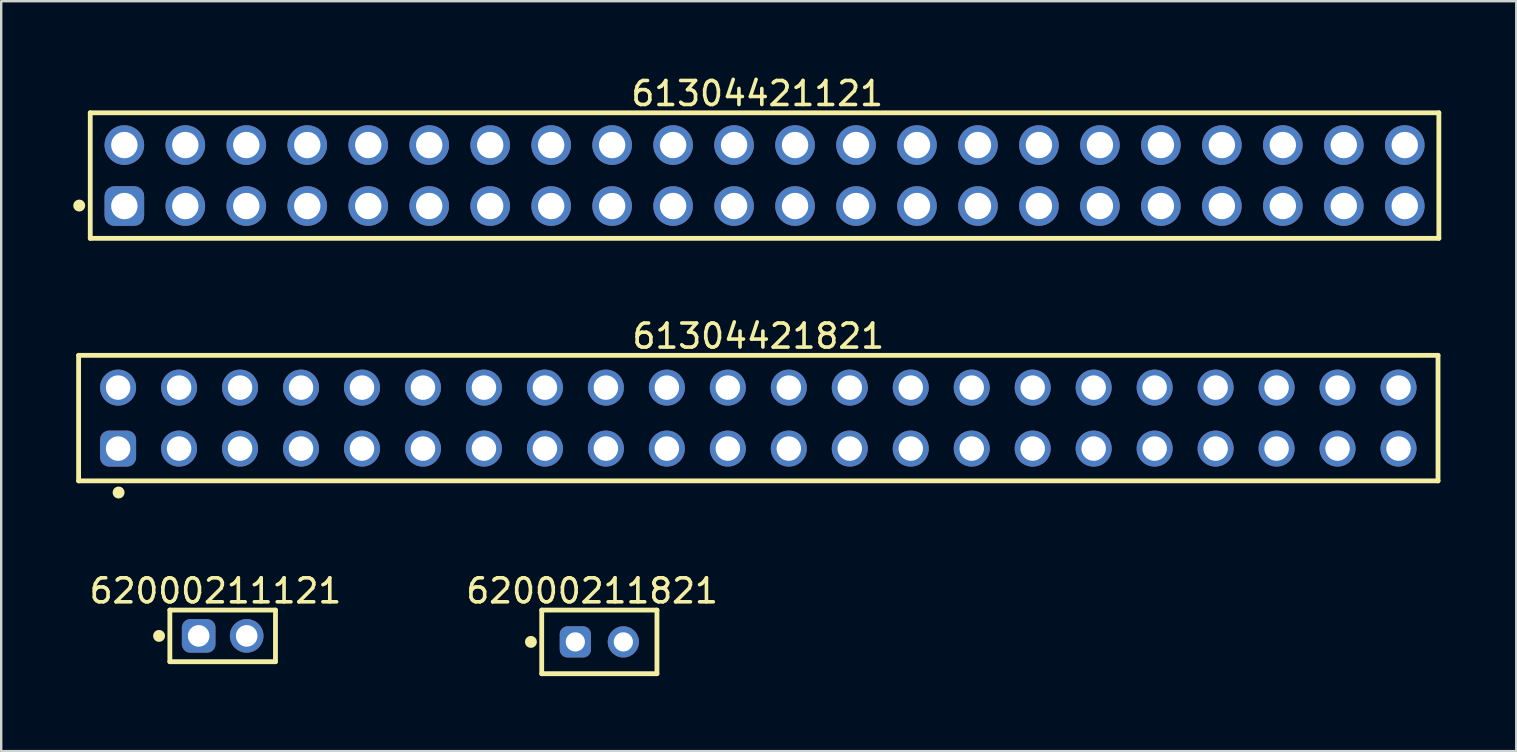
<source format=kicad_pcb>
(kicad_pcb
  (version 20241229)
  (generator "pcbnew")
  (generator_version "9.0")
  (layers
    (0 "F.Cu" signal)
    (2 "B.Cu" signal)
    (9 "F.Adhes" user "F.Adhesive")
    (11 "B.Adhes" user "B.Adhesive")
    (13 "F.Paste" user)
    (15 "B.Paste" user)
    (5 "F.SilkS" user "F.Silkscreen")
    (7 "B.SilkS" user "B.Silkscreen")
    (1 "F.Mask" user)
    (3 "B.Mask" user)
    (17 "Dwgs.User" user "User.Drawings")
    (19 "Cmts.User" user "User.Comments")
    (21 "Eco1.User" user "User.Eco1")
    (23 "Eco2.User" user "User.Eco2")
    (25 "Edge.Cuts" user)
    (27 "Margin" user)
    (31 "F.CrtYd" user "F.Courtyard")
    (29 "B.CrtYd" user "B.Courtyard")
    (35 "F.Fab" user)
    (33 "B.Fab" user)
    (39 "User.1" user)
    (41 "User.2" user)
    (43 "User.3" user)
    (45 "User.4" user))
  (footprint "62000211821"
    (layer "F.Cu")
    (at 21.917 23.69)
    (property "Reference" "62000211821" (at -0.3 -2.125 0) (layer "F.SilkS") (effects (font (size 1 1) (thickness 0.15))))
    (fp_line (start -2.4 -1.325) (end 2.4 -1.325) (stroke (width 0.2) (type solid)) (layer "F.SilkS"))
    (fp_line (start -2.4 1.325) (end -2.4 -1.325) (stroke (width 0.2) (type solid)) (layer "F.SilkS"))
    (fp_line (start -2.4 1.325) (end 2.4 1.325) (stroke (width 0.2) (type solid)) (layer "F.SilkS"))
    (fp_line (start 2.4 1.325) (end 2.4 -1.325) (stroke (width 0.2) (type solid)) (layer "F.SilkS"))
    (fp_circle (center -2.85 0) (end -2.85 -0.125) (stroke (width 0.25) (type solid)) (fill no) (layer "F.SilkS"))
    (fp_line (start -2.6 -1.525) (end 2.6 -1.525) (stroke (width 0.05) (type solid)) (layer "Eco2.User"))
    (fp_line (start -2.6 1.525) (end -2.6 -1.525) (stroke (width 0.05) (type solid)) (layer "Eco2.User"))
    (fp_line (start -2.6 1.525) (end 2.6 1.525) (stroke (width 0.05) (type solid)) (layer "Eco2.User"))
    (fp_line (start -2.25 -1.25) (end 2.25 -1.25) (stroke (width 0.1) (type solid)) (layer "Eco2.User"))
    (fp_line (start -2.25 1.25) (end -2.25 -1.25) (stroke (width 0.1) (type solid)) (layer "Eco2.User"))
    (fp_line (start -2.25 1.25) (end 2.25 1.25) (stroke (width 0.1) (type solid)) (layer "Eco2.User"))
    (fp_line (start -0.5 0) (end 0.5 0) (stroke (width 0.05) (type solid)) (layer "Eco2.User"))
    (fp_line (start 0 0.5) (end 0 -0.5) (stroke (width 0.05) (type solid)) (layer "Eco2.User"))
    (fp_line (start 2.25 1.25) (end 2.25 -1.25) (stroke (width 0.1) (type solid)) (layer "Eco2.User"))
    (fp_line (start 2.6 1.525) (end 2.6 -1.525) (stroke (width 0.05) (type solid)) (layer "Eco2.User"))
    (fp_text user "${REFERENCE}" (at 0.12 -0.158 0) (unlocked yes) (layer "User.3") (effects (font (size 1.2 1.2) (thickness 0.12))))
    (pad "1" thru_hole roundrect (at -1 0) (size 1.3 1.3) (drill 0.8) (layers "*.Cu" "*.Mask") (roundrect_rratio 0.25))
    (pad "2" thru_hole circle (at 1 0) (size 1.3 1.3) (drill 0.8) (layers "*.Cu" "*.Mask")))
  (footprint "61304421121"
    (layer "F.Cu")
    (at 28.8 4.263)
    (property "Reference" "61304421121" (at -0.305 -3.415 0) (layer "F.SilkS") (effects (font (size 1 1) (thickness 0.15))))
    (fp_line (start -28.09 -2.615) (end 28.09 -2.615) (stroke (width 0.2) (type solid)) (layer "F.SilkS"))
    (fp_line (start -28.09 2.615) (end -28.09 -2.615) (stroke (width 0.2) (type solid)) (layer "F.SilkS"))
    (fp_line (start -28.09 2.615) (end 28.09 2.615) (stroke (width 0.2) (type solid)) (layer "F.SilkS"))
    (fp_line (start 28.09 2.615) (end 28.09 -2.615) (stroke (width 0.2) (type solid)) (layer "F.SilkS"))
    (fp_circle (center -28.55 1.25) (end -28.55 1.125) (stroke (width 0.25) (type solid)) (fill no) (layer "F.SilkS"))
    (fp_line (start -28.29 -2.815) (end 28.29 -2.815) (stroke (width 0.05) (type solid)) (layer "Eco2.User"))
    (fp_line (start -28.29 2.815) (end -28.29 -2.815) (stroke (width 0.05) (type solid)) (layer "Eco2.User"))
    (fp_line (start -28.29 2.815) (end 28.29 2.815) (stroke (width 0.05) (type solid)) (layer "Eco2.User"))
    (fp_line (start -27.94 -2.54) (end 27.94 -2.54) (stroke (width 0.1) (type solid)) (layer "Eco2.User"))
    (fp_line (start -27.94 2.54) (end -27.94 -2.54) (stroke (width 0.1) (type solid)) (layer "Eco2.User"))
    (fp_line (start -27.94 2.54) (end 27.94 2.54) (stroke (width 0.1) (type solid)) (layer "Eco2.User"))
    (fp_line (start -0.5 0) (end 0.5 0) (stroke (width 0.05) (type solid)) (layer "Eco2.User"))
    (fp_line (start 0 0.5) (end 0 -0.5) (stroke (width 0.05) (type solid)) (layer "Eco2.User"))
    (fp_line (start 27.94 2.54) (end 27.94 -2.54) (stroke (width 0.1) (type solid)) (layer "Eco2.User"))
    (fp_line (start 28.29 2.815) (end 28.29 -2.815) (stroke (width 0.05) (type solid)) (layer "Eco2.User"))
    (fp_text user "${REFERENCE}" (at 0.15 -0.197 0) (unlocked yes) (layer "User.3") (effects (font (size 1.5 1.5) (thickness 0.15))))
    (pad "1" thru_hole roundrect (at -26.67 1.27) (size 1.65 1.65) (drill 1.1) (layers "*.Cu" "*.Mask") (roundrect_rratio 0.25))
    (pad "2" thru_hole circle (at -26.67 -1.27) (size 1.65 1.65) (drill 1.1) (layers "*.Cu" "*.Mask"))
    (pad "3" thru_hole circle (at -24.13 1.27) (size 1.65 1.65) (drill 1.1) (layers "*.Cu" "*.Mask"))
    (pad "4" thru_hole circle (at -24.13 -1.27) (size 1.65 1.65) (drill 1.1) (layers "*.Cu" "*.Mask"))
    (pad "5" thru_hole circle (at -21.59 1.27) (size 1.65 1.65) (drill 1.1) (layers "*.Cu" "*.Mask"))
    (pad "6" thru_hole circle (at -21.59 -1.27) (size 1.65 1.65) (drill 1.1) (layers "*.Cu" "*.Mask"))
    (pad "7" thru_hole circle (at -19.05 1.27) (size 1.65 1.65) (drill 1.1) (layers "*.Cu" "*.Mask"))
    (pad "8" thru_hole circle (at -19.05 -1.27) (size 1.65 1.65) (drill 1.1) (layers "*.Cu" "*.Mask"))
    (pad "9" thru_hole circle (at -16.51 1.27) (size 1.65 1.65) (drill 1.1) (layers "*.Cu" "*.Mask"))
    (pad "10" thru_hole circle (at -16.51 -1.27) (size 1.65 1.65) (drill 1.1) (layers "*.Cu" "*.Mask"))
    (pad "11" thru_hole circle (at -13.97 1.27) (size 1.65 1.65) (drill 1.1) (layers "*.Cu" "*.Mask"))
    (pad "12" thru_hole circle (at -13.97 -1.27) (size 1.65 1.65) (drill 1.1) (layers "*.Cu" "*.Mask"))
    (pad "13" thru_hole circle (at -11.43 1.27) (size 1.65 1.65) (drill 1.1) (layers "*.Cu" "*.Mask"))
    (pad "14" thru_hole circle (at -11.43 -1.27) (size 1.65 1.65) (drill 1.1) (layers "*.Cu" "*.Mask"))
    (pad "15" thru_hole circle (at -8.89 1.27) (size 1.65 1.65) (drill 1.1) (layers "*.Cu" "*.Mask"))
    (pad "16" thru_hole circle (at -8.89 -1.27) (size 1.65 1.65) (drill 1.1) (layers "*.Cu" "*.Mask"))
    (pad "17" thru_hole circle (at -6.35 1.27) (size 1.65 1.65) (drill 1.1) (layers "*.Cu" "*.Mask"))
    (pad "18" thru_hole circle (at -6.35 -1.27) (size 1.65 1.65) (drill 1.1) (layers "*.Cu" "*.Mask"))
    (pad "19" thru_hole circle (at -3.81 1.27) (size 1.65 1.65) (drill 1.1) (layers "*.Cu" "*.Mask"))
    (pad "20" thru_hole circle (at -3.81 -1.27) (size 1.65 1.65) (drill 1.1) (layers "*.Cu" "*.Mask"))
    (pad "21" thru_hole circle (at -1.27 1.27) (size 1.65 1.65) (drill 1.1) (layers "*.Cu" "*.Mask"))
    (pad "22" thru_hole circle (at -1.27 -1.27) (size 1.65 1.65) (drill 1.1) (layers "*.Cu" "*.Mask"))
    (pad "23" thru_hole circle (at 1.27 1.27) (size 1.65 1.65) (drill 1.1) (layers "*.Cu" "*.Mask"))
    (pad "24" thru_hole circle (at 1.27 -1.27) (size 1.65 1.65) (drill 1.1) (layers "*.Cu" "*.Mask"))
    (pad "25" thru_hole circle (at 3.81 1.27) (size 1.65 1.65) (drill 1.1) (layers "*.Cu" "*.Mask"))
    (pad "26" thru_hole circle (at 3.81 -1.27) (size 1.65 1.65) (drill 1.1) (layers "*.Cu" "*.Mask"))
    (pad "27" thru_hole circle (at 6.35 1.27) (size 1.65 1.65) (drill 1.1) (layers "*.Cu" "*.Mask"))
    (pad "28" thru_hole circle (at 6.35 -1.27) (size 1.65 1.65) (drill 1.1) (layers "*.Cu" "*.Mask"))
    (pad "29" thru_hole circle (at 8.89 1.27) (size 1.65 1.65) (drill 1.1) (layers "*.Cu" "*.Mask"))
    (pad "30" thru_hole circle (at 8.89 -1.27) (size 1.65 1.65) (drill 1.1) (layers "*.Cu" "*.Mask"))
    (pad "31" thru_hole circle (at 11.43 1.27) (size 1.65 1.65) (drill 1.1) (layers "*.Cu" "*.Mask"))
    (pad "32" thru_hole circle (at 11.43 -1.27) (size 1.65 1.65) (drill 1.1) (layers "*.Cu" "*.Mask"))
    (pad "33" thru_hole circle (at 13.97 1.27) (size 1.65 1.65) (drill 1.1) (layers "*.Cu" "*.Mask"))
    (pad "34" thru_hole circle (at 13.97 -1.27) (size 1.65 1.65) (drill 1.1) (layers "*.Cu" "*.Mask"))
    (pad "35" thru_hole circle (at 16.51 1.27) (size 1.65 1.65) (drill 1.1) (layers "*.Cu" "*.Mask"))
    (pad "36" thru_hole circle (at 16.51 -1.27) (size 1.65 1.65) (drill 1.1) (layers "*.Cu" "*.Mask"))
    (pad "37" thru_hole circle (at 19.05 1.27) (size 1.65 1.65) (drill 1.1) (layers "*.Cu" "*.Mask"))
    (pad "38" thru_hole circle (at 19.05 -1.27) (size 1.65 1.65) (drill 1.1) (layers "*.Cu" "*.Mask"))
    (pad "39" thru_hole circle (at 21.59 1.27) (size 1.65 1.65) (drill 1.1) (layers "*.Cu" "*.Mask"))
    (pad "40" thru_hole circle (at 21.59 -1.27) (size 1.65 1.65) (drill 1.1) (layers "*.Cu" "*.Mask"))
    (pad "41" thru_hole circle (at 24.13 1.27) (size 1.65 1.65) (drill 1.1) (layers "*.Cu" "*.Mask"))
    (pad "42" thru_hole circle (at 24.13 -1.27) (size 1.65 1.65) (drill 1.1) (layers "*.Cu" "*.Mask"))
    (pad "43" thru_hole circle (at 26.67 1.27) (size 1.65 1.65) (drill 1.1) (layers "*.Cu" "*.Mask"))
    (pad "44" thru_hole circle (at 26.67 -1.27) (size 1.65 1.65) (drill 1.1) (layers "*.Cu" "*.Mask")))
  (footprint "61304421821"
    (layer "F.Cu")
    (at 28.54 14.367)
    (property "Reference" "61304421821" (at 0 -3.415 0) (layer "F.SilkS") (effects (font (size 1 1) (thickness 0.15))))
    (fp_line (start -28.315 -2.615) (end 28.315 -2.615) (stroke (width 0.2) (type solid)) (layer "F.SilkS"))
    (fp_line (start -28.315 2.615) (end -28.315 -2.615) (stroke (width 0.2) (type solid)) (layer "F.SilkS"))
    (fp_line (start -28.315 2.615) (end 28.315 2.615) (stroke (width 0.2) (type solid)) (layer "F.SilkS"))
    (fp_line (start 28.315 2.615) (end 28.315 -2.615) (stroke (width 0.2) (type solid)) (layer "F.SilkS"))
    (fp_circle (center -26.65 3.1) (end -26.65 2.975) (stroke (width 0.25) (type solid)) (fill no) (layer "F.SilkS"))
    (fp_line (start -28.515 -2.815) (end 28.515 -2.815) (stroke (width 0.05) (type solid)) (layer "Eco2.User"))
    (fp_line (start -28.515 2.815) (end -28.515 -2.815) (stroke (width 0.05) (type solid)) (layer "Eco2.User"))
    (fp_line (start -28.515 2.815) (end 28.515 2.815) (stroke (width 0.05) (type solid)) (layer "Eco2.User"))
    (fp_line (start -28.19 -2.54) (end 28.19 -2.54) (stroke (width 0.1) (type solid)) (layer "Eco2.User"))
    (fp_line (start -28.19 2.54) (end -28.19 -2.54) (stroke (width 0.1) (type solid)) (layer "Eco2.User"))
    (fp_line (start -28.19 2.54) (end 28.19 2.54) (stroke (width 0.1) (type solid)) (layer "Eco2.User"))
    (fp_line (start -0.5 0) (end 0.5 0) (stroke (width 0.05) (type solid)) (layer "Eco2.User"))
    (fp_line (start 0 0.5) (end 0 -0.5) (stroke (width 0.05) (type solid)) (layer "Eco2.User"))
    (fp_line (start 28.19 2.54) (end 28.19 -2.54) (stroke (width 0.1) (type solid)) (layer "Eco2.User"))
    (fp_line (start 28.515 2.815) (end 28.515 -2.815) (stroke (width 0.05) (type solid)) (layer "Eco2.User"))
    (fp_text user "${REFERENCE}" (at 0.15 -0.197 0) (unlocked yes) (layer "User.3") (effects (font (size 1.5 1.5) (thickness 0.15))))
    (pad "1" thru_hole roundrect (at -26.67 1.27) (size 1.5 1.5) (drill 1.02) (layers "*.Cu" "*.Mask") (roundrect_rratio 0.25))
    (pad "2" thru_hole circle (at -26.67 -1.27) (size 1.5 1.5) (drill 1.02) (layers "*.Cu" "*.Mask"))
    (pad "3" thru_hole circle (at -24.13 1.27) (size 1.5 1.5) (drill 1.02) (layers "*.Cu" "*.Mask"))
    (pad "4" thru_hole circle (at -24.13 -1.27) (size 1.5 1.5) (drill 1.02) (layers "*.Cu" "*.Mask"))
    (pad "5" thru_hole circle (at -21.59 1.27) (size 1.5 1.5) (drill 1.02) (layers "*.Cu" "*.Mask"))
    (pad "6" thru_hole circle (at -21.59 -1.27) (size 1.5 1.5) (drill 1.02) (layers "*.Cu" "*.Mask"))
    (pad "7" thru_hole circle (at -19.05 1.27) (size 1.5 1.5) (drill 1.02) (layers "*.Cu" "*.Mask"))
    (pad "8" thru_hole circle (at -19.05 -1.27) (size 1.5 1.5) (drill 1.02) (layers "*.Cu" "*.Mask"))
    (pad "9" thru_hole circle (at -16.51 1.27) (size 1.5 1.5) (drill 1.02) (layers "*.Cu" "*.Mask"))
    (pad "10" thru_hole circle (at -16.51 -1.27) (size 1.5 1.5) (drill 1.02) (layers "*.Cu" "*.Mask"))
    (pad "11" thru_hole circle (at -13.97 1.27) (size 1.5 1.5) (drill 1.02) (layers "*.Cu" "*.Mask"))
    (pad "12" thru_hole circle (at -13.97 -1.27) (size 1.5 1.5) (drill 1.02) (layers "*.Cu" "*.Mask"))
    (pad "13" thru_hole circle (at -11.43 1.27) (size 1.5 1.5) (drill 1.02) (layers "*.Cu" "*.Mask"))
    (pad "14" thru_hole circle (at -11.43 -1.27) (size 1.5 1.5) (drill 1.02) (layers "*.Cu" "*.Mask"))
    (pad "15" thru_hole circle (at -8.89 1.27) (size 1.5 1.5) (drill 1.02) (layers "*.Cu" "*.Mask"))
    (pad "16" thru_hole circle (at -8.89 -1.27) (size 1.5 1.5) (drill 1.02) (layers "*.Cu" "*.Mask"))
    (pad "17" thru_hole circle (at -6.35 1.27) (size 1.5 1.5) (drill 1.02) (layers "*.Cu" "*.Mask"))
    (pad "18" thru_hole circle (at -6.35 -1.27) (size 1.5 1.5) (drill 1.02) (layers "*.Cu" "*.Mask"))
    (pad "19" thru_hole circle (at -3.81 1.27) (size 1.5 1.5) (drill 1.02) (layers "*.Cu" "*.Mask"))
    (pad "20" thru_hole circle (at -3.81 -1.27) (size 1.5 1.5) (drill 1.02) (layers "*.Cu" "*.Mask"))
    (pad "21" thru_hole circle (at -1.27 1.27) (size 1.5 1.5) (drill 1.02) (layers "*.Cu" "*.Mask"))
    (pad "22" thru_hole circle (at -1.27 -1.27) (size 1.5 1.5) (drill 1.02) (layers "*.Cu" "*.Mask"))
    (pad "23" thru_hole circle (at 1.27 1.27) (size 1.5 1.5) (drill 1.02) (layers "*.Cu" "*.Mask"))
    (pad "24" thru_hole circle (at 1.27 -1.27) (size 1.5 1.5) (drill 1.02) (layers "*.Cu" "*.Mask"))
    (pad "25" thru_hole circle (at 3.81 1.27) (size 1.5 1.5) (drill 1.02) (layers "*.Cu" "*.Mask"))
    (pad "26" thru_hole circle (at 3.81 -1.27) (size 1.5 1.5) (drill 1.02) (layers "*.Cu" "*.Mask"))
    (pad "27" thru_hole circle (at 6.35 1.27) (size 1.5 1.5) (drill 1.02) (layers "*.Cu" "*.Mask"))
    (pad "28" thru_hole circle (at 6.35 -1.27) (size 1.5 1.5) (drill 1.02) (layers "*.Cu" "*.Mask"))
    (pad "29" thru_hole circle (at 8.89 1.27) (size 1.5 1.5) (drill 1.02) (layers "*.Cu" "*.Mask"))
    (pad "30" thru_hole circle (at 8.89 -1.27) (size 1.5 1.5) (drill 1.02) (layers "*.Cu" "*.Mask"))
    (pad "31" thru_hole circle (at 11.43 1.27) (size 1.5 1.5) (drill 1.02) (layers "*.Cu" "*.Mask"))
    (pad "32" thru_hole circle (at 11.43 -1.27) (size 1.5 1.5) (drill 1.02) (layers "*.Cu" "*.Mask"))
    (pad "33" thru_hole circle (at 13.97 1.27) (size 1.5 1.5) (drill 1.02) (layers "*.Cu" "*.Mask"))
    (pad "34" thru_hole circle (at 13.97 -1.27) (size 1.5 1.5) (drill 1.02) (layers "*.Cu" "*.Mask"))
    (pad "35" thru_hole circle (at 16.51 1.27) (size 1.5 1.5) (drill 1.02) (layers "*.Cu" "*.Mask"))
    (pad "36" thru_hole circle (at 16.51 -1.27) (size 1.5 1.5) (drill 1.02) (layers "*.Cu" "*.Mask"))
    (pad "37" thru_hole circle (at 19.05 1.27) (size 1.5 1.5) (drill 1.02) (layers "*.Cu" "*.Mask"))
    (pad "38" thru_hole circle (at 19.05 -1.27) (size 1.5 1.5) (drill 1.02) (layers "*.Cu" "*.Mask"))
    (pad "39" thru_hole circle (at 21.59 1.27) (size 1.5 1.5) (drill 1.02) (layers "*.Cu" "*.Mask"))
    (pad "40" thru_hole circle (at 21.59 -1.27) (size 1.5 1.5) (drill 1.02) (layers "*.Cu" "*.Mask"))
    (pad "41" thru_hole circle (at 24.13 1.27) (size 1.5 1.5) (drill 1.02) (layers "*.Cu" "*.Mask"))
    (pad "42" thru_hole circle (at 24.13 -1.27) (size 1.5 1.5) (drill 1.02) (layers "*.Cu" "*.Mask"))
    (pad "43" thru_hole circle (at 26.67 1.27) (size 1.5 1.5) (drill 1.02) (layers "*.Cu" "*.Mask"))
    (pad "44" thru_hole circle (at 26.67 -1.27) (size 1.5 1.5) (drill 1.02) (layers "*.Cu" "*.Mask")))
  (footprint "62000211121"
    (layer "F.Cu")
    (at 6.226 23.44)
    (property "Reference" "62000211121" (at -0.3 -1.875 0) (layer "F.SilkS") (effects (font (size 1 1) (thickness 0.15))))
    (fp_line (start -2.2 -1.075) (end 2.2 -1.075) (stroke (width 0.2) (type solid)) (layer "F.SilkS"))
    (fp_line (start -2.2 1.075) (end -2.2 -1.075) (stroke (width 0.2) (type solid)) (layer "F.SilkS"))
    (fp_line (start -2.2 1.075) (end 2.2 1.075) (stroke (width 0.2) (type solid)) (layer "F.SilkS"))
    (fp_line (start 2.2 1.075) (end 2.2 -1.075) (stroke (width 0.2) (type solid)) (layer "F.SilkS"))
    (fp_circle (center -2.65 0) (end -2.65 -0.125) (stroke (width 0.25) (type solid)) (fill no) (layer "F.SilkS"))
    (fp_line (start -2.4 -1.275) (end 2.4 -1.275) (stroke (width 0.05) (type solid)) (layer "Eco2.User"))
    (fp_line (start -2.4 1.275) (end -2.4 -1.275) (stroke (width 0.05) (type solid)) (layer "Eco2.User"))
    (fp_line (start -2.4 1.275) (end 2.4 1.275) (stroke (width 0.05) (type solid)) (layer "Eco2.User"))
    (fp_line (start -2 -1) (end 2 -1) (stroke (width 0.1) (type solid)) (layer "Eco2.User"))
    (fp_line (start -2 1) (end -2 -1) (stroke (width 0.1) (type solid)) (layer "Eco2.User"))
    (fp_line (start -2 1) (end 2 1) (stroke (width 0.1) (type solid)) (layer "Eco2.User"))
    (fp_line (start -0.5 0) (end 0.5 0) (stroke (width 0.05) (type solid)) (layer "Eco2.User"))
    (fp_line (start 0 0.5) (end 0 -0.5) (stroke (width 0.05) (type solid)) (layer "Eco2.User"))
    (fp_line (start 2 1) (end 2 -1) (stroke (width 0.1) (type solid)) (layer "Eco2.User"))
    (fp_line (start 2.4 1.275) (end 2.4 -1.275) (stroke (width 0.05) (type solid)) (layer "Eco2.User"))
    (fp_text user "${REFERENCE}" (at 0.12 -0.158 0) (unlocked yes) (layer "User.3") (effects (font (size 1.2 1.2) (thickness 0.12))))
    (pad "1" thru_hole roundrect (at -1 0) (size 1.4 1.4) (drill 0.9) (layers "*.Cu" "*.Mask") (roundrect_rratio 0.25))
    (pad "2" thru_hole circle (at 1 0) (size 1.4 1.4) (drill 0.9) (layers "*.Cu" "*.Mask")))
  (gr_rect
    (start -3 -3)
    (end 60.115 28.24)
    (stroke (width 0.1) (type default))
    (fill no)
    (layer "Edge.Cuts")))
</source>
